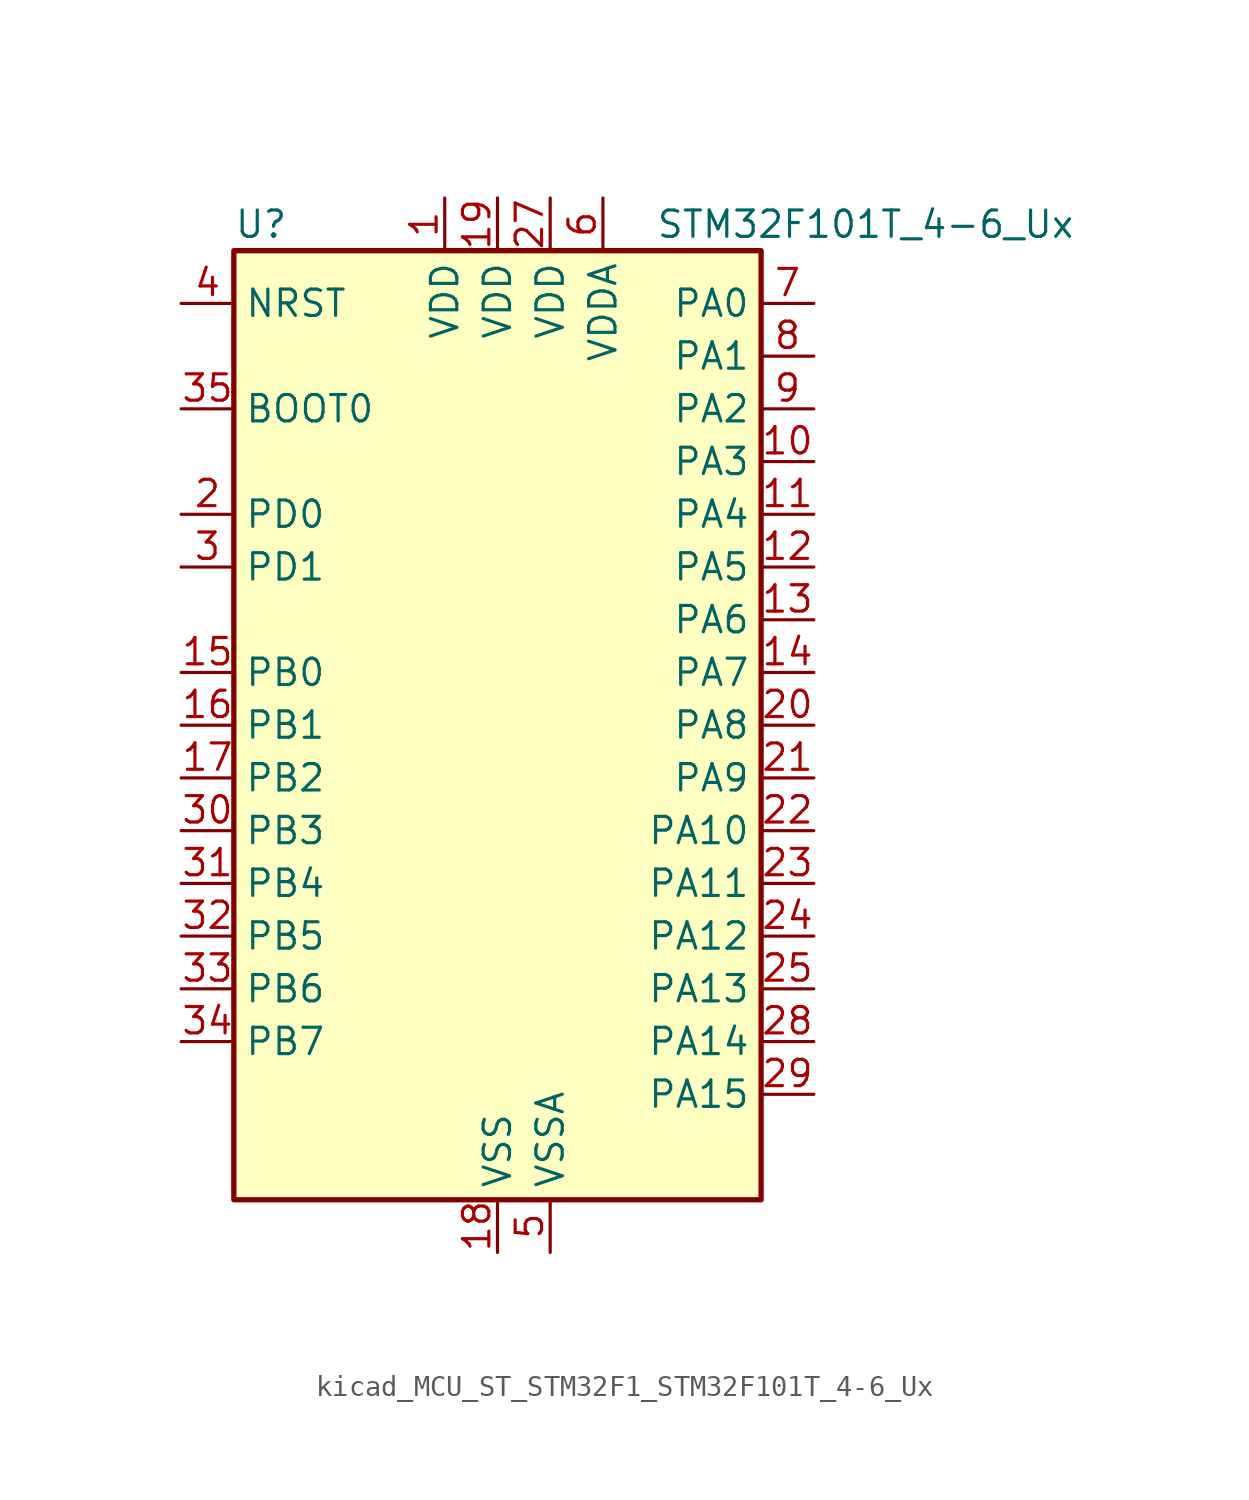
<source format=kicad_sym>
(kicad_symbol_lib
  (version 20220914)
  (generator kicad_symbol_editor)
  (symbol "kicad_MCU_ST_STM32F1_STM32F101T_4-6_Ux"
    (property "Reference" "U"
      (at -12.7 24.13 0)
      (effects (font (size 1.27 1.27)) (justify left)))
    (property "Value" "STM32F101T_4-6_Ux"
      (at 7.62 24.13 0)
      (effects (font (size 1.27 1.27)) (justify left)))
    (property "ki_locked" ""
      (at 0 0 0)
      (effects (font (size 1.27 1.27))))
    (symbol "kicad_MCU_ST_STM32F1_STM32F101T_4-6_Ux_0_1"
      (rectangle (start -12.7 -22.86) (end 12.7 22.86) (stroke (width 0.254) (type default)) (fill (type background))))
    (symbol "kicad_MCU_ST_STM32F1_STM32F101T_4-6_Ux_1_1"
      (pin power_in line (at -2.54 25.4 270) (length 2.54) (name "VDD" (effects (font (size 1.27 1.27)))) (number "1" (effects (font (size 1.27 1.27)))))
      (pin bidirectional line (at 15.24 12.7 180) (length 2.54) (name "PA3" (effects (font (size 1.27 1.27)))) (number "10" (effects (font (size 1.27 1.27)))) (alternate "ADC1_IN3" bidirectional line) (alternate "TIM2_CH4" bidirectional line) (alternate "USART2_RX" bidirectional line))
      (pin bidirectional line (at 15.24 10.16 180) (length 2.54) (name "PA4" (effects (font (size 1.27 1.27)))) (number "11" (effects (font (size 1.27 1.27)))) (alternate "ADC1_IN4" bidirectional line) (alternate "SPI1_NSS" bidirectional line) (alternate "USART2_CK" bidirectional line))
      (pin bidirectional line (at 15.24 7.62 180) (length 2.54) (name "PA5" (effects (font (size 1.27 1.27)))) (number "12" (effects (font (size 1.27 1.27)))) (alternate "ADC1_IN5" bidirectional line) (alternate "SPI1_SCK" bidirectional line))
      (pin bidirectional line (at 15.24 5.08 180) (length 2.54) (name "PA6" (effects (font (size 1.27 1.27)))) (number "13" (effects (font (size 1.27 1.27)))) (alternate "ADC1_IN6" bidirectional line) (alternate "SPI1_MISO" bidirectional line) (alternate "TIM3_CH1" bidirectional line))
      (pin bidirectional line (at 15.24 2.54 180) (length 2.54) (name "PA7" (effects (font (size 1.27 1.27)))) (number "14" (effects (font (size 1.27 1.27)))) (alternate "ADC1_IN7" bidirectional line) (alternate "SPI1_MOSI" bidirectional line) (alternate "TIM3_CH2" bidirectional line))
      (pin bidirectional line (at -15.24 2.54 0) (length 2.54) (name "PB0" (effects (font (size 1.27 1.27)))) (number "15" (effects (font (size 1.27 1.27)))) (alternate "ADC1_IN8" bidirectional line) (alternate "TIM3_CH3" bidirectional line))
      (pin bidirectional line (at -15.24 0 0) (length 2.54) (name "PB1" (effects (font (size 1.27 1.27)))) (number "16" (effects (font (size 1.27 1.27)))) (alternate "ADC1_IN9" bidirectional line) (alternate "TIM3_CH4" bidirectional line))
      (pin bidirectional line (at -15.24 -2.54 0) (length 2.54) (name "PB2" (effects (font (size 1.27 1.27)))) (number "17" (effects (font (size 1.27 1.27)))))
      (pin power_in line (at 0 -25.4 90) (length 2.54) (name "VSS" (effects (font (size 1.27 1.27)))) (number "18" (effects (font (size 1.27 1.27)))))
      (pin power_in line (at 0 25.4 270) (length 2.54) (name "VDD" (effects (font (size 1.27 1.27)))) (number "19" (effects (font (size 1.27 1.27)))))
      (pin bidirectional line (at -15.24 10.16 0) (length 2.54) (name "PD0" (effects (font (size 1.27 1.27)))) (number "2" (effects (font (size 1.27 1.27)))) (alternate "RCC_OSC_IN" bidirectional line))
      (pin bidirectional line (at 15.24 0 180) (length 2.54) (name "PA8" (effects (font (size 1.27 1.27)))) (number "20" (effects (font (size 1.27 1.27)))) (alternate "RCC_MCO" bidirectional line) (alternate "USART1_CK" bidirectional line))
      (pin bidirectional line (at 15.24 -2.54 180) (length 2.54) (name "PA9" (effects (font (size 1.27 1.27)))) (number "21" (effects (font (size 1.27 1.27)))) (alternate "USART1_TX" bidirectional line))
      (pin bidirectional line (at 15.24 -5.08 180) (length 2.54) (name "PA10" (effects (font (size 1.27 1.27)))) (number "22" (effects (font (size 1.27 1.27)))) (alternate "USART1_RX" bidirectional line))
      (pin bidirectional line (at 15.24 -7.62 180) (length 2.54) (name "PA11" (effects (font (size 1.27 1.27)))) (number "23" (effects (font (size 1.27 1.27)))) (alternate "ADC1_EXTI11" bidirectional line) (alternate "USART1_CTS" bidirectional line))
      (pin bidirectional line (at 15.24 -10.16 180) (length 2.54) (name "PA12" (effects (font (size 1.27 1.27)))) (number "24" (effects (font (size 1.27 1.27)))) (alternate "USART1_RTS" bidirectional line))
      (pin bidirectional line (at 15.24 -12.7 180) (length 2.54) (name "PA13" (effects (font (size 1.27 1.27)))) (number "25" (effects (font (size 1.27 1.27)))) (alternate "SYS_JTMS-SWDIO" bidirectional line))
      (pin passive line (at 0 -25.4 90) (length 2.54) hide (name "VSS" (effects (font (size 1.27 1.27)))) (number "26" (effects (font (size 1.27 1.27)))))
      (pin power_in line (at 2.54 25.4 270) (length 2.54) (name "VDD" (effects (font (size 1.27 1.27)))) (number "27" (effects (font (size 1.27 1.27)))))
      (pin bidirectional line (at 15.24 -15.24 180) (length 2.54) (name "PA14" (effects (font (size 1.27 1.27)))) (number "28" (effects (font (size 1.27 1.27)))) (alternate "SYS_JTCK-SWCLK" bidirectional line))
      (pin bidirectional line (at 15.24 -17.78 180) (length 2.54) (name "PA15" (effects (font (size 1.27 1.27)))) (number "29" (effects (font (size 1.27 1.27)))) (alternate "ADC1_EXTI15" bidirectional line) (alternate "SPI1_NSS" bidirectional line) (alternate "SYS_JTDI" bidirectional line) (alternate "TIM2_CH1" bidirectional line) (alternate "TIM2_ETR" bidirectional line))
      (pin bidirectional line (at -15.24 7.62 0) (length 2.54) (name "PD1" (effects (font (size 1.27 1.27)))) (number "3" (effects (font (size 1.27 1.27)))) (alternate "RCC_OSC_OUT" bidirectional line))
      (pin bidirectional line (at -15.24 -5.08 0) (length 2.54) (name "PB3" (effects (font (size 1.27 1.27)))) (number "30" (effects (font (size 1.27 1.27)))) (alternate "SPI1_SCK" bidirectional line) (alternate "SYS_JTDO-TRACESWO" bidirectional line) (alternate "TIM2_CH2" bidirectional line))
      (pin bidirectional line (at -15.24 -7.62 0) (length 2.54) (name "PB4" (effects (font (size 1.27 1.27)))) (number "31" (effects (font (size 1.27 1.27)))) (alternate "SPI1_MISO" bidirectional line) (alternate "SYS_NJTRST" bidirectional line) (alternate "TIM3_CH1" bidirectional line))
      (pin bidirectional line (at -15.24 -10.16 0) (length 2.54) (name "PB5" (effects (font (size 1.27 1.27)))) (number "32" (effects (font (size 1.27 1.27)))) (alternate "I2C1_SMBA" bidirectional line) (alternate "SPI1_MOSI" bidirectional line) (alternate "TIM3_CH2" bidirectional line))
      (pin bidirectional line (at -15.24 -12.7 0) (length 2.54) (name "PB6" (effects (font (size 1.27 1.27)))) (number "33" (effects (font (size 1.27 1.27)))) (alternate "I2C1_SCL" bidirectional line) (alternate "USART1_TX" bidirectional line))
      (pin bidirectional line (at -15.24 -15.24 0) (length 2.54) (name "PB7" (effects (font (size 1.27 1.27)))) (number "34" (effects (font (size 1.27 1.27)))) (alternate "I2C1_SDA" bidirectional line) (alternate "USART1_RX" bidirectional line))
      (pin input line (at -15.24 15.24 0) (length 2.54) (name "BOOT0" (effects (font (size 1.27 1.27)))) (number "35" (effects (font (size 1.27 1.27)))))
      (pin passive line (at 0 -25.4 90) (length 2.54) hide (name "VSS" (effects (font (size 1.27 1.27)))) (number "36" (effects (font (size 1.27 1.27)))))
      (pin passive line (at 0 -25.4 90) (length 2.54) hide (name "VSS" (effects (font (size 1.27 1.27)))) (number "37" (effects (font (size 1.27 1.27)))))
      (pin input line (at -15.24 20.32 0) (length 2.54) (name "NRST" (effects (font (size 1.27 1.27)))) (number "4" (effects (font (size 1.27 1.27)))))
      (pin power_in line (at 2.54 -25.4 90) (length 2.54) (name "VSSA" (effects (font (size 1.27 1.27)))) (number "5" (effects (font (size 1.27 1.27)))))
      (pin power_in line (at 5.08 25.4 270) (length 2.54) (name "VDDA" (effects (font (size 1.27 1.27)))) (number "6" (effects (font (size 1.27 1.27)))))
      (pin bidirectional line (at 15.24 20.32 180) (length 2.54) (name "PA0" (effects (font (size 1.27 1.27)))) (number "7" (effects (font (size 1.27 1.27)))) (alternate "ADC1_IN0" bidirectional line) (alternate "SYS_WKUP" bidirectional line) (alternate "TIM2_CH1" bidirectional line) (alternate "TIM2_ETR" bidirectional line) (alternate "USART2_CTS" bidirectional line))
      (pin bidirectional line (at 15.24 17.78 180) (length 2.54) (name "PA1" (effects (font (size 1.27 1.27)))) (number "8" (effects (font (size 1.27 1.27)))) (alternate "ADC1_IN1" bidirectional line) (alternate "TIM2_CH2" bidirectional line) (alternate "USART2_RTS" bidirectional line))
      (pin bidirectional line (at 15.24 15.24 180) (length 2.54) (name "PA2" (effects (font (size 1.27 1.27)))) (number "9" (effects (font (size 1.27 1.27)))) (alternate "ADC1_IN2" bidirectional line) (alternate "TIM2_CH3" bidirectional line) (alternate "USART2_TX" bidirectional line)))))
</source>
